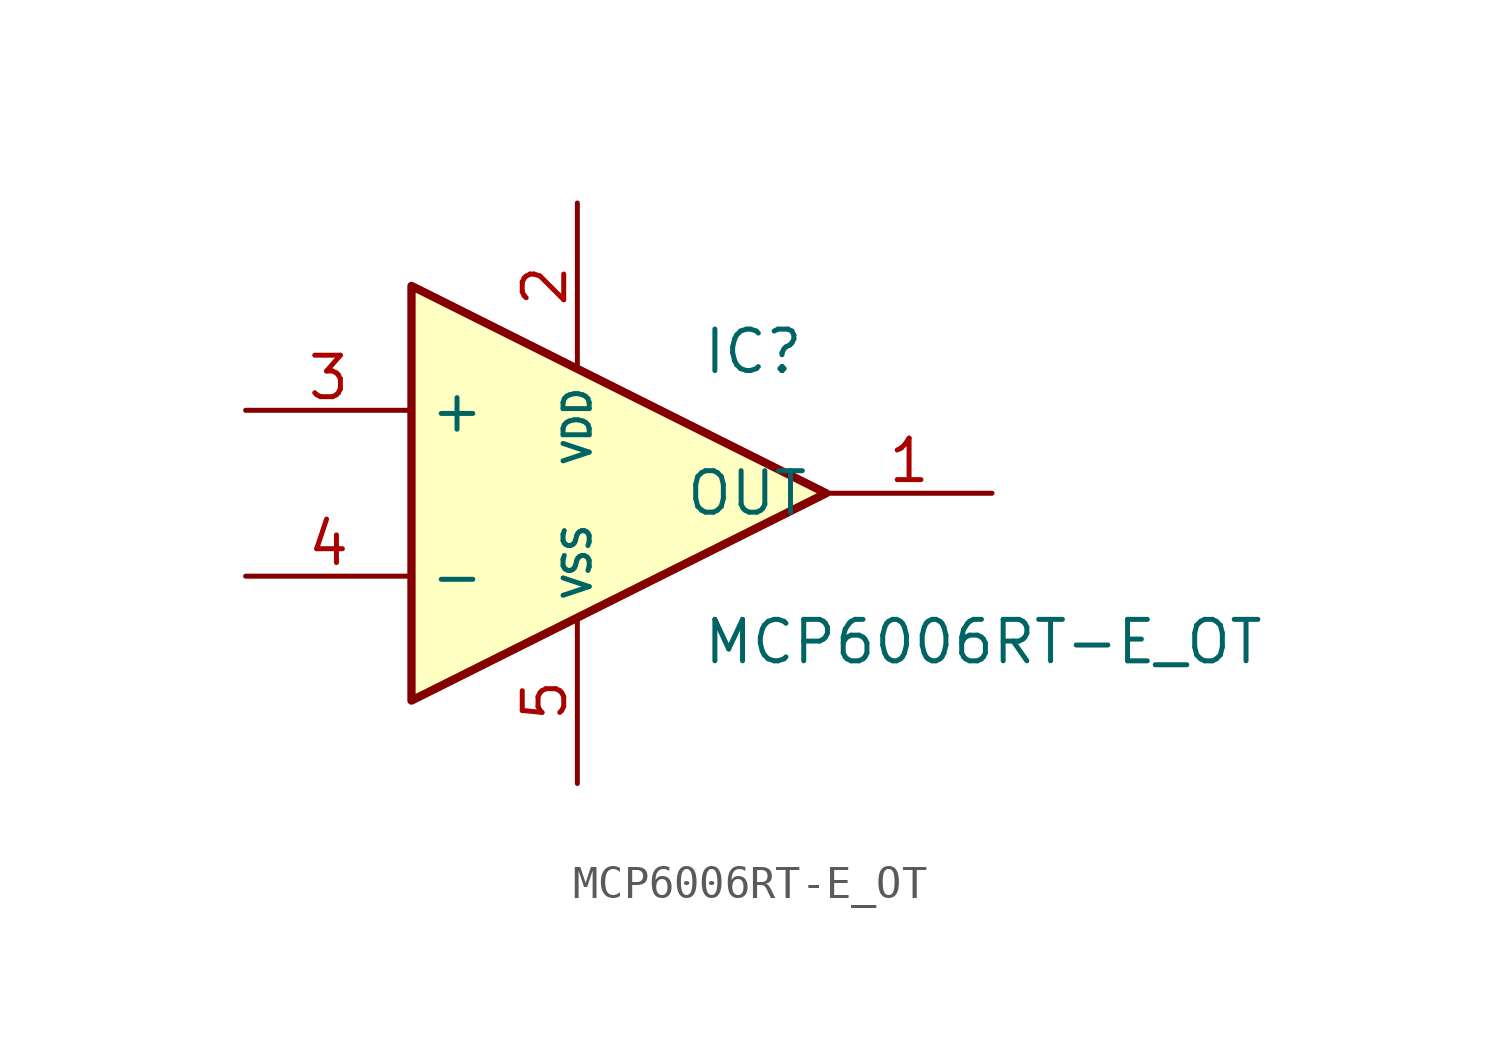
<source format=kicad_sym>
(kicad_symbol_lib
  (version 20220914)
  (generator kicad_symbol_editor)
  (symbol "MCP6006RT-E_OT"
    (property "Reference" "IC"
      (at 3.81 5.08 0)
      (effects (font (size 1.27 1.27)) (justify left top)))
    (property "Value" "MCP6006RT-E_OT"
      (at 3.81 -3.81 0)
      (effects (font (size 1.27 1.27)) (justify left top)))
    (symbol "MCP6006RT-E_OT_1_1"
      (polyline (pts (xy -5.08 6.35) (xy -5.08 -6.35) (xy 7.62 0) (xy -5.08 6.35)) (stroke (width 0.254) (type default)) (fill (type background)))
      (pin passive line (at 12.7 0 180) (length 5.08) (name "OUT" (effects (font (size 1.27 1.27)))) (number "1" (effects (font (size 1.27 1.27)))))
      (pin passive line (at 0 8.89 270) (length 5.08) (name "VDD" (effects (font (size 0.8 0.8)))) (number "2" (effects (font (size 1.27 1.27)))))
      (pin passive line (at -10.16 2.54 0) (length 5.08) (name "+" (effects (font (size 1.27 1.27)))) (number "3" (effects (font (size 1.27 1.27)))))
      (pin power_in line (at -10.16 -2.54 0) (length 5.08) (name "-" (effects (font (size 1.27 1.27)))) (number "4" (effects (font (size 1.27 1.27)))))
      (pin power_in line (at 0 -8.89 90) (length 5.08) (name "VSS" (effects (font (size 0.8 0.8)))) (number "5" (effects (font (size 1.27 1.27))))))))
</source>
